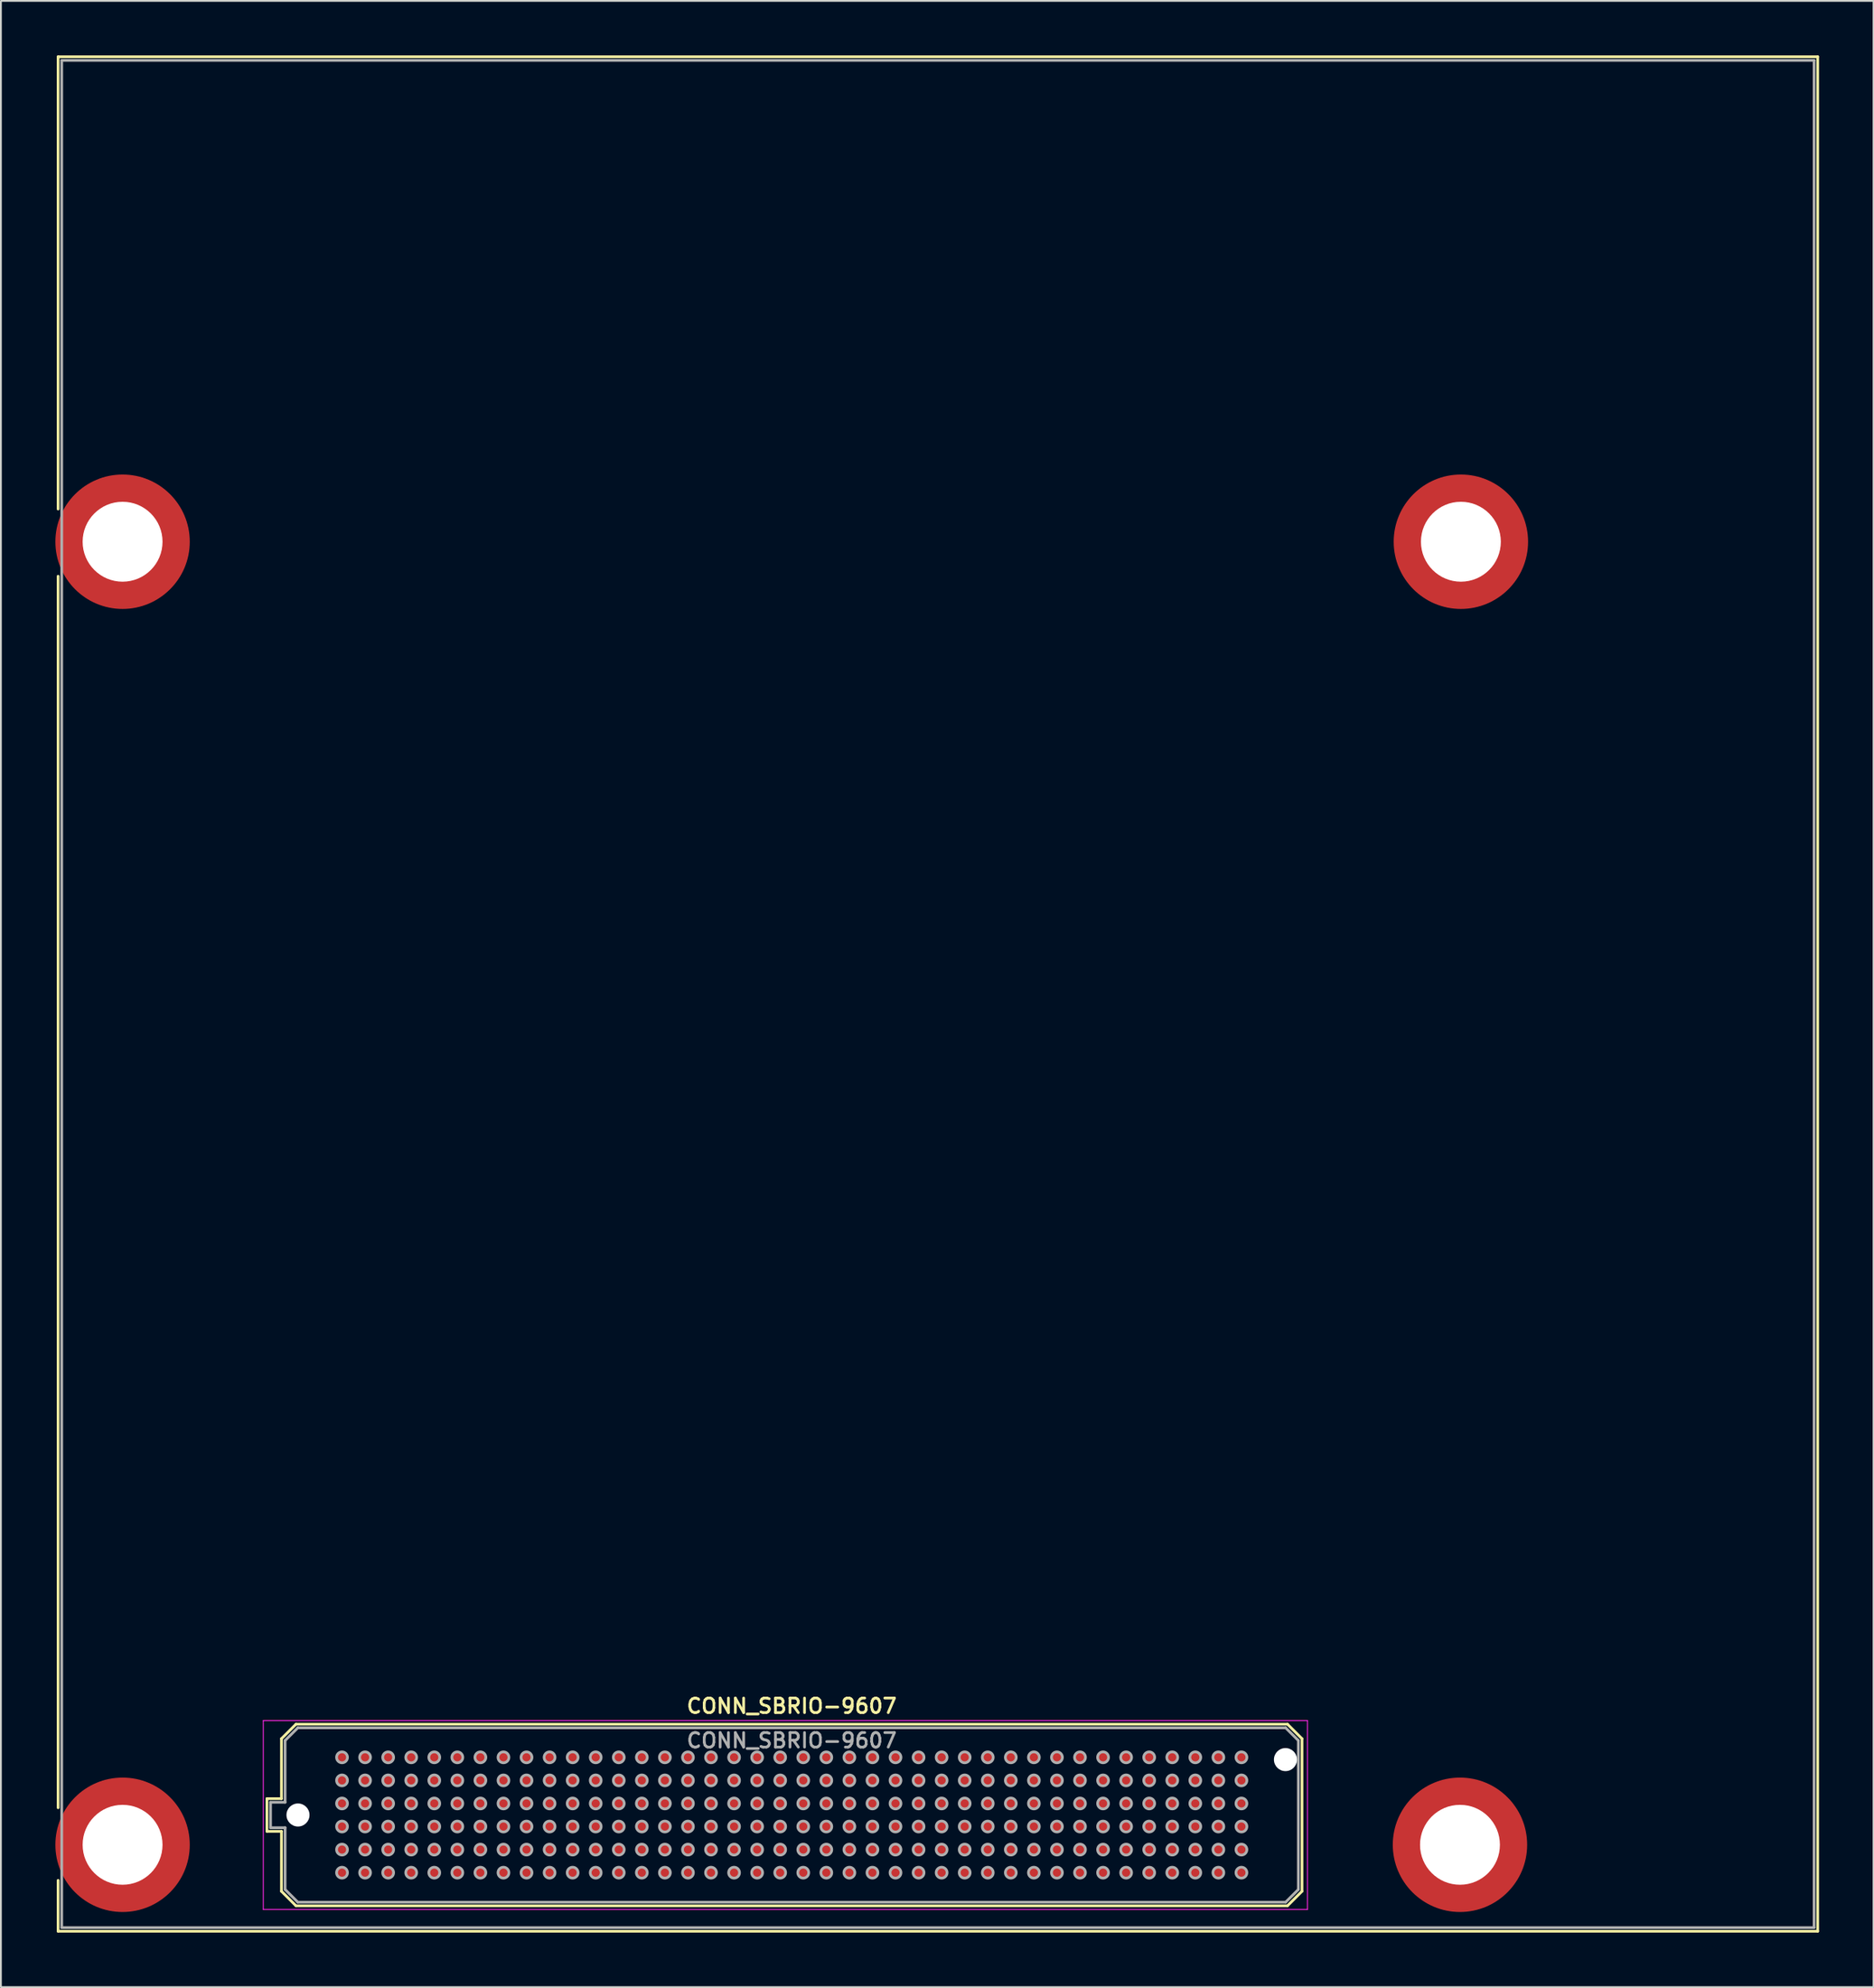
<source format=kicad_pcb>
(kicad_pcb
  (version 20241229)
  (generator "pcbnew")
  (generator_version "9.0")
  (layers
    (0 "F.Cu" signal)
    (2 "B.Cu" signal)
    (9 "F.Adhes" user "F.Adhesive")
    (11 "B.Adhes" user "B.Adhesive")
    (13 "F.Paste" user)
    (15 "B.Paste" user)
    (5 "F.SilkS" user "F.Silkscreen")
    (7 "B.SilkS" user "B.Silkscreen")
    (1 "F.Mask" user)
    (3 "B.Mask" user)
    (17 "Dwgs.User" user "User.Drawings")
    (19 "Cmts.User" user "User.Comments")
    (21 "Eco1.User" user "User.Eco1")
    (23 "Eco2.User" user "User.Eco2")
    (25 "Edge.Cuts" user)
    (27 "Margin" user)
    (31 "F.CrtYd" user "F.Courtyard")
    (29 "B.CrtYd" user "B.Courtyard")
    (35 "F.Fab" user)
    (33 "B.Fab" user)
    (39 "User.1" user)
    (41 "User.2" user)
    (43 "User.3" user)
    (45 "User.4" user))
  (footprint "CONN_SBRIO-9607"
    (layer "F.Cu")
    (at 40.55 96.875)
    (property "Reference" "CONN_SBRIO-9607" (at 0 -6 0) (layer "F.SilkS") (effects (font (size 0.8 0.8) (thickness 0.15))))
    (attr through_hole)
    (fp_line (start -40.4 -71.9) (end -40.4 -96.8) (stroke (width 0.15) (type solid)) (layer "F.SilkS"))
    (fp_line (start -40.4 -0.4) (end -40.4 -68.2) (stroke (width 0.15) (type solid)) (layer "F.SilkS"))
    (fp_line (start -40.4 6.4) (end -40.4 3.6) (stroke (width 0.15) (type solid)) (layer "F.SilkS"))
    (fp_line (start -40.4 6.4) (end 56.5 6.4) (stroke (width 0.15) (type solid)) (layer "F.SilkS"))
    (fp_line (start -28.9 -0.9) (end -28.9 0.9) (stroke (width 0.15) (type solid)) (layer "F.SilkS"))
    (fp_line (start -28.9 0.9) (end -28.1 0.9) (stroke (width 0.15) (type solid)) (layer "F.SilkS"))
    (fp_line (start -28.1 -4.2) (end -28.1 -0.9) (stroke (width 0.15) (type solid)) (layer "F.SilkS"))
    (fp_line (start -28.1 -4.2) (end -27.3 -5) (stroke (width 0.15) (type solid)) (layer "F.SilkS"))
    (fp_line (start -28.1 -0.9) (end -28.9 -0.9) (stroke (width 0.15) (type solid)) (layer "F.SilkS"))
    (fp_line (start -28.1 0.9) (end -28.1 4.2) (stroke (width 0.15) (type solid)) (layer "F.SilkS"))
    (fp_line (start -28.1 4.2) (end -27.3 5) (stroke (width 0.15) (type solid)) (layer "F.SilkS"))
    (fp_line (start -27.3 -5) (end 27.3 -5) (stroke (width 0.15) (type solid)) (layer "F.SilkS"))
    (fp_line (start -27.3 5) (end 27.3 5) (stroke (width 0.15) (type solid)) (layer "F.SilkS"))
    (fp_line (start 27.3 -5) (end 28.1 -4.2) (stroke (width 0.15) (type solid)) (layer "F.SilkS"))
    (fp_line (start 27.3 5) (end 28.1 4.2) (stroke (width 0.15) (type solid)) (layer "F.SilkS"))
    (fp_line (start 28.1 4.2) (end 28.1 -4.2) (stroke (width 0.15) (type solid)) (layer "F.SilkS"))
    (fp_line (start 56.5 -96.8) (end -40.4 -96.8) (stroke (width 0.15) (type solid)) (layer "F.SilkS"))
    (fp_line (start 56.5 6.4) (end 56.5 -96.8) (stroke (width 0.15) (type solid)) (layer "F.SilkS"))
    (fp_line (start -29.1 -5.2) (end -29.1 5.2) (stroke (width 0.05) (type solid)) (layer "F.CrtYd"))
    (fp_line (start -29.1 -5.2) (end 28.4 -5.2) (stroke (width 0.05) (type solid)) (layer "F.CrtYd"))
    (fp_line (start -29.1 5.2) (end 28.4 5.2) (stroke (width 0.05) (type solid)) (layer "F.CrtYd"))
    (fp_line (start 28.4 -5.2) (end 28.4 5.2) (stroke (width 0.05) (type solid)) (layer "F.CrtYd"))
    (fp_line (start -40.2 -96.6) (end 56.3 -96.6) (stroke (width 0.15) (type solid)) (layer "F.Fab"))
    (fp_line (start -40.2 6.2) (end -40.2 -96.6) (stroke (width 0.15) (type solid)) (layer "F.Fab"))
    (fp_line (start -28.7 -0.7) (end -27.9 -0.7) (stroke (width 0.15) (type solid)) (layer "F.Fab"))
    (fp_line (start -28.7 0.7) (end -28.7 -0.7) (stroke (width 0.15) (type solid)) (layer "F.Fab"))
    (fp_line (start -27.9 -4.1) (end -27.2 -4.8) (stroke (width 0.15) (type solid)) (layer "F.Fab"))
    (fp_line (start -27.9 -0.7) (end -27.9 -4.1) (stroke (width 0.15) (type solid)) (layer "F.Fab"))
    (fp_line (start -27.9 0.7) (end -28.7 0.7) (stroke (width 0.15) (type solid)) (layer "F.Fab"))
    (fp_line (start -27.9 4.1) (end -27.9 0.7) (stroke (width 0.15) (type solid)) (layer "F.Fab"))
    (fp_line (start -27.2 -4.8) (end 27.2 -4.8) (stroke (width 0.15) (type solid)) (layer "F.Fab"))
    (fp_line (start -27.2 4.8) (end -27.9 4.1) (stroke (width 0.15) (type solid)) (layer "F.Fab"))
    (fp_line (start 27.2 -4.8) (end 27.9 -4.1) (stroke (width 0.15) (type solid)) (layer "F.Fab"))
    (fp_line (start 27.2 4.8) (end -27.2 4.8) (stroke (width 0.15) (type solid)) (layer "F.Fab"))
    (fp_line (start 27.9 -4.1) (end 27.9 4.1) (stroke (width 0.15) (type solid)) (layer "F.Fab"))
    (fp_line (start 27.9 4.1) (end 27.2 4.8) (stroke (width 0.15) (type solid)) (layer "F.Fab"))
    (fp_line (start 56.3 -96.6) (end 56.3 6.2) (stroke (width 0.15) (type solid)) (layer "F.Fab"))
    (fp_line (start 56.3 6.2) (end -40.2 6.2) (stroke (width 0.15) (type solid)) (layer "F.Fab"))
    (fp_circle (center -24.765 -3.175) (end -24.465 -3.175) (stroke (width 0.15) (type solid)) (fill no) (layer "F.Fab"))
    (fp_circle (center -24.765 -1.905) (end -24.465 -1.905) (stroke (width 0.15) (type solid)) (fill no) (layer "F.Fab"))
    (fp_circle (center -24.765 -0.635) (end -24.465 -0.635) (stroke (width 0.15) (type solid)) (fill no) (layer "F.Fab"))
    (fp_circle (center -24.765 0.635) (end -24.465 0.635) (stroke (width 0.15) (type solid)) (fill no) (layer "F.Fab"))
    (fp_circle (center -24.765 1.905) (end -24.465 1.905) (stroke (width 0.15) (type solid)) (fill no) (layer "F.Fab"))
    (fp_circle (center -24.765 3.175) (end -24.465 3.175) (stroke (width 0.15) (type solid)) (fill no) (layer "F.Fab"))
    (fp_circle (center -23.495 -3.175) (end -23.195 -3.175) (stroke (width 0.15) (type solid)) (fill no) (layer "F.Fab"))
    (fp_circle (center -23.495 -1.905) (end -23.195 -1.905) (stroke (width 0.15) (type solid)) (fill no) (layer "F.Fab"))
    (fp_circle (center -23.495 -0.635) (end -23.195 -0.635) (stroke (width 0.15) (type solid)) (fill no) (layer "F.Fab"))
    (fp_circle (center -23.495 0.635) (end -23.195 0.635) (stroke (width 0.15) (type solid)) (fill no) (layer "F.Fab"))
    (fp_circle (center -23.495 1.905) (end -23.195 1.905) (stroke (width 0.15) (type solid)) (fill no) (layer "F.Fab"))
    (fp_circle (center -23.495 3.175) (end -23.195 3.175) (stroke (width 0.15) (type solid)) (fill no) (layer "F.Fab"))
    (fp_circle (center -22.225 -3.175) (end -21.925 -3.175) (stroke (width 0.15) (type solid)) (fill no) (layer "F.Fab"))
    (fp_circle (center -22.225 -1.905) (end -21.925 -1.905) (stroke (width 0.15) (type solid)) (fill no) (layer "F.Fab"))
    (fp_circle (center -22.225 -0.635) (end -21.925 -0.635) (stroke (width 0.15) (type solid)) (fill no) (layer "F.Fab"))
    (fp_circle (center -22.225 0.635) (end -21.925 0.635) (stroke (width 0.15) (type solid)) (fill no) (layer "F.Fab"))
    (fp_circle (center -22.225 1.905) (end -21.925 1.905) (stroke (width 0.15) (type solid)) (fill no) (layer "F.Fab"))
    (fp_circle (center -22.225 3.175) (end -21.925 3.175) (stroke (width 0.15) (type solid)) (fill no) (layer "F.Fab"))
    (fp_circle (center -20.955 -3.175) (end -20.655 -3.175) (stroke (width 0.15) (type solid)) (fill no) (layer "F.Fab"))
    (fp_circle (center -20.955 -1.905) (end -20.655 -1.905) (stroke (width 0.15) (type solid)) (fill no) (layer "F.Fab"))
    (fp_circle (center -20.955 -0.635) (end -20.655 -0.635) (stroke (width 0.15) (type solid)) (fill no) (layer "F.Fab"))
    (fp_circle (center -20.955 0.635) (end -20.655 0.635) (stroke (width 0.15) (type solid)) (fill no) (layer "F.Fab"))
    (fp_circle (center -20.955 1.905) (end -20.655 1.905) (stroke (width 0.15) (type solid)) (fill no) (layer "F.Fab"))
    (fp_circle (center -20.955 3.175) (end -20.655 3.175) (stroke (width 0.15) (type solid)) (fill no) (layer "F.Fab"))
    (fp_circle (center -19.685 -3.175) (end -19.385 -3.175) (stroke (width 0.15) (type solid)) (fill no) (layer "F.Fab"))
    (fp_circle (center -19.685 -1.905) (end -19.385 -1.905) (stroke (width 0.15) (type solid)) (fill no) (layer "F.Fab"))
    (fp_circle (center -19.685 -0.635) (end -19.385 -0.635) (stroke (width 0.15) (type solid)) (fill no) (layer "F.Fab"))
    (fp_circle (center -19.685 0.635) (end -19.385 0.635) (stroke (width 0.15) (type solid)) (fill no) (layer "F.Fab"))
    (fp_circle (center -19.685 1.905) (end -19.385 1.905) (stroke (width 0.15) (type solid)) (fill no) (layer "F.Fab"))
    (fp_circle (center -19.685 3.175) (end -19.385 3.175) (stroke (width 0.15) (type solid)) (fill no) (layer "F.Fab"))
    (fp_circle (center -18.415 -3.175) (end -18.115 -3.175) (stroke (width 0.15) (type solid)) (fill no) (layer "F.Fab"))
    (fp_circle (center -18.415 -1.905) (end -18.115 -1.905) (stroke (width 0.15) (type solid)) (fill no) (layer "F.Fab"))
    (fp_circle (center -18.415 -0.635) (end -18.115 -0.635) (stroke (width 0.15) (type solid)) (fill no) (layer "F.Fab"))
    (fp_circle (center -18.415 0.635) (end -18.115 0.635) (stroke (width 0.15) (type solid)) (fill no) (layer "F.Fab"))
    (fp_circle (center -18.415 1.905) (end -18.115 1.905) (stroke (width 0.15) (type solid)) (fill no) (layer "F.Fab"))
    (fp_circle (center -18.415 3.175) (end -18.115 3.175) (stroke (width 0.15) (type solid)) (fill no) (layer "F.Fab"))
    (fp_circle (center -17.145 -3.175) (end -16.845 -3.175) (stroke (width 0.15) (type solid)) (fill no) (layer "F.Fab"))
    (fp_circle (center -17.145 -1.905) (end -16.845 -1.905) (stroke (width 0.15) (type solid)) (fill no) (layer "F.Fab"))
    (fp_circle (center -17.145 -0.635) (end -16.845 -0.635) (stroke (width 0.15) (type solid)) (fill no) (layer "F.Fab"))
    (fp_circle (center -17.145 0.635) (end -16.845 0.635) (stroke (width 0.15) (type solid)) (fill no) (layer "F.Fab"))
    (fp_circle (center -17.145 1.905) (end -16.845 1.905) (stroke (width 0.15) (type solid)) (fill no) (layer "F.Fab"))
    (fp_circle (center -17.145 3.175) (end -16.845 3.175) (stroke (width 0.15) (type solid)) (fill no) (layer "F.Fab"))
    (fp_circle (center -15.875 -3.175) (end -15.575 -3.175) (stroke (width 0.15) (type solid)) (fill no) (layer "F.Fab"))
    (fp_circle (center -15.875 -1.905) (end -15.575 -1.905) (stroke (width 0.15) (type solid)) (fill no) (layer "F.Fab"))
    (fp_circle (center -15.875 -0.635) (end -15.575 -0.635) (stroke (width 0.15) (type solid)) (fill no) (layer "F.Fab"))
    (fp_circle (center -15.875 0.635) (end -15.575 0.635) (stroke (width 0.15) (type solid)) (fill no) (layer "F.Fab"))
    (fp_circle (center -15.875 1.905) (end -15.575 1.905) (stroke (width 0.15) (type solid)) (fill no) (layer "F.Fab"))
    (fp_circle (center -15.875 3.175) (end -15.575 3.175) (stroke (width 0.15) (type solid)) (fill no) (layer "F.Fab"))
    (fp_circle (center -14.605 -3.175) (end -14.305 -3.175) (stroke (width 0.15) (type solid)) (fill no) (layer "F.Fab"))
    (fp_circle (center -14.605 -1.905) (end -14.305 -1.905) (stroke (width 0.15) (type solid)) (fill no) (layer "F.Fab"))
    (fp_circle (center -14.605 -0.635) (end -14.305 -0.635) (stroke (width 0.15) (type solid)) (fill no) (layer "F.Fab"))
    (fp_circle (center -14.605 0.635) (end -14.305 0.635) (stroke (width 0.15) (type solid)) (fill no) (layer "F.Fab"))
    (fp_circle (center -14.605 1.905) (end -14.305 1.905) (stroke (width 0.15) (type solid)) (fill no) (layer "F.Fab"))
    (fp_circle (center -14.605 3.175) (end -14.305 3.175) (stroke (width 0.15) (type solid)) (fill no) (layer "F.Fab"))
    (fp_circle (center -13.335 -3.175) (end -13.035 -3.175) (stroke (width 0.15) (type solid)) (fill no) (layer "F.Fab"))
    (fp_circle (center -13.335 -1.905) (end -13.035 -1.905) (stroke (width 0.15) (type solid)) (fill no) (layer "F.Fab"))
    (fp_circle (center -13.335 -0.635) (end -13.035 -0.635) (stroke (width 0.15) (type solid)) (fill no) (layer "F.Fab"))
    (fp_circle (center -13.335 0.635) (end -13.035 0.635) (stroke (width 0.15) (type solid)) (fill no) (layer "F.Fab"))
    (fp_circle (center -13.335 1.905) (end -13.035 1.905) (stroke (width 0.15) (type solid)) (fill no) (layer "F.Fab"))
    (fp_circle (center -13.335 3.175) (end -13.035 3.175) (stroke (width 0.15) (type solid)) (fill no) (layer "F.Fab"))
    (fp_circle (center -12.065 -3.175) (end -11.765 -3.175) (stroke (width 0.15) (type solid)) (fill no) (layer "F.Fab"))
    (fp_circle (center -12.065 -1.905) (end -11.765 -1.905) (stroke (width 0.15) (type solid)) (fill no) (layer "F.Fab"))
    (fp_circle (center -12.065 -0.635) (end -11.765 -0.635) (stroke (width 0.15) (type solid)) (fill no) (layer "F.Fab"))
    (fp_circle (center -12.065 0.635) (end -11.765 0.635) (stroke (width 0.15) (type solid)) (fill no) (layer "F.Fab"))
    (fp_circle (center -12.065 1.905) (end -11.765 1.905) (stroke (width 0.15) (type solid)) (fill no) (layer "F.Fab"))
    (fp_circle (center -12.065 3.175) (end -11.765 3.175) (stroke (width 0.15) (type solid)) (fill no) (layer "F.Fab"))
    (fp_circle (center -10.795 -3.175) (end -10.495 -3.175) (stroke (width 0.15) (type solid)) (fill no) (layer "F.Fab"))
    (fp_circle (center -10.795 -1.905) (end -10.495 -1.905) (stroke (width 0.15) (type solid)) (fill no) (layer "F.Fab"))
    (fp_circle (center -10.795 -0.635) (end -10.495 -0.635) (stroke (width 0.15) (type solid)) (fill no) (layer "F.Fab"))
    (fp_circle (center -10.795 0.635) (end -10.495 0.635) (stroke (width 0.15) (type solid)) (fill no) (layer "F.Fab"))
    (fp_circle (center -10.795 1.905) (end -10.495 1.905) (stroke (width 0.15) (type solid)) (fill no) (layer "F.Fab"))
    (fp_circle (center -10.795 3.175) (end -10.495 3.175) (stroke (width 0.15) (type solid)) (fill no) (layer "F.Fab"))
    (fp_circle (center -9.525 -3.175) (end -9.225 -3.175) (stroke (width 0.15) (type solid)) (fill no) (layer "F.Fab"))
    (fp_circle (center -9.525 -1.905) (end -9.225 -1.905) (stroke (width 0.15) (type solid)) (fill no) (layer "F.Fab"))
    (fp_circle (center -9.525 -0.635) (end -9.225 -0.635) (stroke (width 0.15) (type solid)) (fill no) (layer "F.Fab"))
    (fp_circle (center -9.525 0.635) (end -9.225 0.635) (stroke (width 0.15) (type solid)) (fill no) (layer "F.Fab"))
    (fp_circle (center -9.525 1.905) (end -9.225 1.905) (stroke (width 0.15) (type solid)) (fill no) (layer "F.Fab"))
    (fp_circle (center -9.525 3.175) (end -9.225 3.175) (stroke (width 0.15) (type solid)) (fill no) (layer "F.Fab"))
    (fp_circle (center -8.255 -3.175) (end -7.955 -3.175) (stroke (width 0.15) (type solid)) (fill no) (layer "F.Fab"))
    (fp_circle (center -8.255 -1.905) (end -7.955 -1.905) (stroke (width 0.15) (type solid)) (fill no) (layer "F.Fab"))
    (fp_circle (center -8.255 -0.635) (end -7.955 -0.635) (stroke (width 0.15) (type solid)) (fill no) (layer "F.Fab"))
    (fp_circle (center -8.255 0.635) (end -7.955 0.635) (stroke (width 0.15) (type solid)) (fill no) (layer "F.Fab"))
    (fp_circle (center -8.255 1.905) (end -7.955 1.905) (stroke (width 0.15) (type solid)) (fill no) (layer "F.Fab"))
    (fp_circle (center -8.255 3.175) (end -7.955 3.175) (stroke (width 0.15) (type solid)) (fill no) (layer "F.Fab"))
    (fp_circle (center -6.985 -3.175) (end -6.685 -3.175) (stroke (width 0.15) (type solid)) (fill no) (layer "F.Fab"))
    (fp_circle (center -6.985 -1.905) (end -6.685 -1.905) (stroke (width 0.15) (type solid)) (fill no) (layer "F.Fab"))
    (fp_circle (center -6.985 -0.635) (end -6.685 -0.635) (stroke (width 0.15) (type solid)) (fill no) (layer "F.Fab"))
    (fp_circle (center -6.985 0.635) (end -6.685 0.635) (stroke (width 0.15) (type solid)) (fill no) (layer "F.Fab"))
    (fp_circle (center -6.985 1.905) (end -6.685 1.905) (stroke (width 0.15) (type solid)) (fill no) (layer "F.Fab"))
    (fp_circle (center -6.985 3.175) (end -6.685 3.175) (stroke (width 0.15) (type solid)) (fill no) (layer "F.Fab"))
    (fp_circle (center -5.715 -3.175) (end -5.415 -3.175) (stroke (width 0.15) (type solid)) (fill no) (layer "F.Fab"))
    (fp_circle (center -5.715 -1.905) (end -5.415 -1.905) (stroke (width 0.15) (type solid)) (fill no) (layer "F.Fab"))
    (fp_circle (center -5.715 -0.635) (end -5.415 -0.635) (stroke (width 0.15) (type solid)) (fill no) (layer "F.Fab"))
    (fp_circle (center -5.715 0.635) (end -5.415 0.635) (stroke (width 0.15) (type solid)) (fill no) (layer "F.Fab"))
    (fp_circle (center -5.715 1.905) (end -5.415 1.905) (stroke (width 0.15) (type solid)) (fill no) (layer "F.Fab"))
    (fp_circle (center -5.715 3.175) (end -5.415 3.175) (stroke (width 0.15) (type solid)) (fill no) (layer "F.Fab"))
    (fp_circle (center -4.445 -3.175) (end -4.145 -3.175) (stroke (width 0.15) (type solid)) (fill no) (layer "F.Fab"))
    (fp_circle (center -4.445 -1.905) (end -4.145 -1.905) (stroke (width 0.15) (type solid)) (fill no) (layer "F.Fab"))
    (fp_circle (center -4.445 -0.635) (end -4.145 -0.635) (stroke (width 0.15) (type solid)) (fill no) (layer "F.Fab"))
    (fp_circle (center -4.445 0.635) (end -4.145 0.635) (stroke (width 0.15) (type solid)) (fill no) (layer "F.Fab"))
    (fp_circle (center -4.445 1.905) (end -4.145 1.905) (stroke (width 0.15) (type solid)) (fill no) (layer "F.Fab"))
    (fp_circle (center -4.445 3.175) (end -4.145 3.175) (stroke (width 0.15) (type solid)) (fill no) (layer "F.Fab"))
    (fp_circle (center -3.175 -3.175) (end -2.875 -3.175) (stroke (width 0.15) (type solid)) (fill no) (layer "F.Fab"))
    (fp_circle (center -3.175 -1.905) (end -2.875 -1.905) (stroke (width 0.15) (type solid)) (fill no) (layer "F.Fab"))
    (fp_circle (center -3.175 -0.635) (end -2.875 -0.635) (stroke (width 0.15) (type solid)) (fill no) (layer "F.Fab"))
    (fp_circle (center -3.175 0.635) (end -2.875 0.635) (stroke (width 0.15) (type solid)) (fill no) (layer "F.Fab"))
    (fp_circle (center -3.175 1.905) (end -2.875 1.905) (stroke (width 0.15) (type solid)) (fill no) (layer "F.Fab"))
    (fp_circle (center -3.175 3.175) (end -2.875 3.175) (stroke (width 0.15) (type solid)) (fill no) (layer "F.Fab"))
    (fp_circle (center -1.905 -3.175) (end -1.605 -3.175) (stroke (width 0.15) (type solid)) (fill no) (layer "F.Fab"))
    (fp_circle (center -1.905 -1.905) (end -1.605 -1.905) (stroke (width 0.15) (type solid)) (fill no) (layer "F.Fab"))
    (fp_circle (center -1.905 -0.635) (end -1.605 -0.635) (stroke (width 0.15) (type solid)) (fill no) (layer "F.Fab"))
    (fp_circle (center -1.905 0.635) (end -1.605 0.635) (stroke (width 0.15) (type solid)) (fill no) (layer "F.Fab"))
    (fp_circle (center -1.905 1.905) (end -1.605 1.905) (stroke (width 0.15) (type solid)) (fill no) (layer "F.Fab"))
    (fp_circle (center -1.905 3.175) (end -1.605 3.175) (stroke (width 0.15) (type solid)) (fill no) (layer "F.Fab"))
    (fp_circle (center -0.635 -3.175) (end -0.335 -3.175) (stroke (width 0.15) (type solid)) (fill no) (layer "F.Fab"))
    (fp_circle (center -0.635 -1.905) (end -0.335 -1.905) (stroke (width 0.15) (type solid)) (fill no) (layer "F.Fab"))
    (fp_circle (center -0.635 -0.635) (end -0.335 -0.635) (stroke (width 0.15) (type solid)) (fill no) (layer "F.Fab"))
    (fp_circle (center -0.635 0.635) (end -0.335 0.635) (stroke (width 0.15) (type solid)) (fill no) (layer "F.Fab"))
    (fp_circle (center -0.635 1.905) (end -0.335 1.905) (stroke (width 0.15) (type solid)) (fill no) (layer "F.Fab"))
    (fp_circle (center -0.635 3.175) (end -0.335 3.175) (stroke (width 0.15) (type solid)) (fill no) (layer "F.Fab"))
    (fp_circle (center 0.635 -3.175) (end 0.935 -3.175) (stroke (width 0.15) (type solid)) (fill no) (layer "F.Fab"))
    (fp_circle (center 0.635 -1.905) (end 0.935 -1.905) (stroke (width 0.15) (type solid)) (fill no) (layer "F.Fab"))
    (fp_circle (center 0.635 -0.635) (end 0.935 -0.635) (stroke (width 0.15) (type solid)) (fill no) (layer "F.Fab"))
    (fp_circle (center 0.635 0.635) (end 0.935 0.635) (stroke (width 0.15) (type solid)) (fill no) (layer "F.Fab"))
    (fp_circle (center 0.635 1.905) (end 0.935 1.905) (stroke (width 0.15) (type solid)) (fill no) (layer "F.Fab"))
    (fp_circle (center 0.635 3.175) (end 0.935 3.175) (stroke (width 0.15) (type solid)) (fill no) (layer "F.Fab"))
    (fp_circle (center 1.905 -3.175) (end 2.205 -3.175) (stroke (width 0.15) (type solid)) (fill no) (layer "F.Fab"))
    (fp_circle (center 1.905 -1.905) (end 2.205 -1.905) (stroke (width 0.15) (type solid)) (fill no) (layer "F.Fab"))
    (fp_circle (center 1.905 -0.635) (end 2.205 -0.635) (stroke (width 0.15) (type solid)) (fill no) (layer "F.Fab"))
    (fp_circle (center 1.905 0.635) (end 2.205 0.635) (stroke (width 0.15) (type solid)) (fill no) (layer "F.Fab"))
    (fp_circle (center 1.905 1.905) (end 2.205 1.905) (stroke (width 0.15) (type solid)) (fill no) (layer "F.Fab"))
    (fp_circle (center 1.905 3.175) (end 2.205 3.175) (stroke (width 0.15) (type solid)) (fill no) (layer "F.Fab"))
    (fp_circle (center 3.175 -3.175) (end 3.475 -3.175) (stroke (width 0.15) (type solid)) (fill no) (layer "F.Fab"))
    (fp_circle (center 3.175 -1.905) (end 3.475 -1.905) (stroke (width 0.15) (type solid)) (fill no) (layer "F.Fab"))
    (fp_circle (center 3.175 -0.635) (end 3.475 -0.635) (stroke (width 0.15) (type solid)) (fill no) (layer "F.Fab"))
    (fp_circle (center 3.175 0.635) (end 3.475 0.635) (stroke (width 0.15) (type solid)) (fill no) (layer "F.Fab"))
    (fp_circle (center 3.175 1.905) (end 3.475 1.905) (stroke (width 0.15) (type solid)) (fill no) (layer "F.Fab"))
    (fp_circle (center 3.175 3.175) (end 3.475 3.175) (stroke (width 0.15) (type solid)) (fill no) (layer "F.Fab"))
    (fp_circle (center 4.445 -3.175) (end 4.745 -3.175) (stroke (width 0.15) (type solid)) (fill no) (layer "F.Fab"))
    (fp_circle (center 4.445 -1.905) (end 4.745 -1.905) (stroke (width 0.15) (type solid)) (fill no) (layer "F.Fab"))
    (fp_circle (center 4.445 -0.635) (end 4.745 -0.635) (stroke (width 0.15) (type solid)) (fill no) (layer "F.Fab"))
    (fp_circle (center 4.445 0.635) (end 4.745 0.635) (stroke (width 0.15) (type solid)) (fill no) (layer "F.Fab"))
    (fp_circle (center 4.445 1.905) (end 4.745 1.905) (stroke (width 0.15) (type solid)) (fill no) (layer "F.Fab"))
    (fp_circle (center 4.445 3.175) (end 4.745 3.175) (stroke (width 0.15) (type solid)) (fill no) (layer "F.Fab"))
    (fp_circle (center 5.715 -3.175) (end 6.015 -3.175) (stroke (width 0.15) (type solid)) (fill no) (layer "F.Fab"))
    (fp_circle (center 5.715 -1.905) (end 6.015 -1.905) (stroke (width 0.15) (type solid)) (fill no) (layer "F.Fab"))
    (fp_circle (center 5.715 -0.635) (end 6.015 -0.635) (stroke (width 0.15) (type solid)) (fill no) (layer "F.Fab"))
    (fp_circle (center 5.715 0.635) (end 6.015 0.635) (stroke (width 0.15) (type solid)) (fill no) (layer "F.Fab"))
    (fp_circle (center 5.715 1.905) (end 6.015 1.905) (stroke (width 0.15) (type solid)) (fill no) (layer "F.Fab"))
    (fp_circle (center 5.715 3.175) (end 6.015 3.175) (stroke (width 0.15) (type solid)) (fill no) (layer "F.Fab"))
    (fp_circle (center 6.985 -3.175) (end 7.285 -3.175) (stroke (width 0.15) (type solid)) (fill no) (layer "F.Fab"))
    (fp_circle (center 6.985 -1.905) (end 7.285 -1.905) (stroke (width 0.15) (type solid)) (fill no) (layer "F.Fab"))
    (fp_circle (center 6.985 -0.635) (end 7.285 -0.635) (stroke (width 0.15) (type solid)) (fill no) (layer "F.Fab"))
    (fp_circle (center 6.985 0.635) (end 7.285 0.635) (stroke (width 0.15) (type solid)) (fill no) (layer "F.Fab"))
    (fp_circle (center 6.985 1.905) (end 7.285 1.905) (stroke (width 0.15) (type solid)) (fill no) (layer "F.Fab"))
    (fp_circle (center 6.985 3.175) (end 7.285 3.175) (stroke (width 0.15) (type solid)) (fill no) (layer "F.Fab"))
    (fp_circle (center 8.255 -3.175) (end 8.555 -3.175) (stroke (width 0.15) (type solid)) (fill no) (layer "F.Fab"))
    (fp_circle (center 8.255 -1.905) (end 8.555 -1.905) (stroke (width 0.15) (type solid)) (fill no) (layer "F.Fab"))
    (fp_circle (center 8.255 -0.635) (end 8.555 -0.635) (stroke (width 0.15) (type solid)) (fill no) (layer "F.Fab"))
    (fp_circle (center 8.255 0.635) (end 8.555 0.635) (stroke (width 0.15) (type solid)) (fill no) (layer "F.Fab"))
    (fp_circle (center 8.255 1.905) (end 8.555 1.905) (stroke (width 0.15) (type solid)) (fill no) (layer "F.Fab"))
    (fp_circle (center 8.255 3.175) (end 8.555 3.175) (stroke (width 0.15) (type solid)) (fill no) (layer "F.Fab"))
    (fp_circle (center 9.525 -3.175) (end 9.825 -3.175) (stroke (width 0.15) (type solid)) (fill no) (layer "F.Fab"))
    (fp_circle (center 9.525 -1.905) (end 9.825 -1.905) (stroke (width 0.15) (type solid)) (fill no) (layer "F.Fab"))
    (fp_circle (center 9.525 -0.635) (end 9.825 -0.635) (stroke (width 0.15) (type solid)) (fill no) (layer "F.Fab"))
    (fp_circle (center 9.525 0.635) (end 9.825 0.635) (stroke (width 0.15) (type solid)) (fill no) (layer "F.Fab"))
    (fp_circle (center 9.525 1.905) (end 9.825 1.905) (stroke (width 0.15) (type solid)) (fill no) (layer "F.Fab"))
    (fp_circle (center 9.525 3.175) (end 9.825 3.175) (stroke (width 0.15) (type solid)) (fill no) (layer "F.Fab"))
    (fp_circle (center 10.795 -3.175) (end 11.095 -3.175) (stroke (width 0.15) (type solid)) (fill no) (layer "F.Fab"))
    (fp_circle (center 10.795 -1.905) (end 11.095 -1.905) (stroke (width 0.15) (type solid)) (fill no) (layer "F.Fab"))
    (fp_circle (center 10.795 -0.635) (end 11.095 -0.635) (stroke (width 0.15) (type solid)) (fill no) (layer "F.Fab"))
    (fp_circle (center 10.795 0.635) (end 11.095 0.635) (stroke (width 0.15) (type solid)) (fill no) (layer "F.Fab"))
    (fp_circle (center 10.795 1.905) (end 11.095 1.905) (stroke (width 0.15) (type solid)) (fill no) (layer "F.Fab"))
    (fp_circle (center 10.795 3.175) (end 11.095 3.175) (stroke (width 0.15) (type solid)) (fill no) (layer "F.Fab"))
    (fp_circle (center 12.065 -3.175) (end 12.365 -3.175) (stroke (width 0.15) (type solid)) (fill no) (layer "F.Fab"))
    (fp_circle (center 12.065 -1.905) (end 12.365 -1.905) (stroke (width 0.15) (type solid)) (fill no) (layer "F.Fab"))
    (fp_circle (center 12.065 -0.635) (end 12.365 -0.635) (stroke (width 0.15) (type solid)) (fill no) (layer "F.Fab"))
    (fp_circle (center 12.065 0.635) (end 12.365 0.635) (stroke (width 0.15) (type solid)) (fill no) (layer "F.Fab"))
    (fp_circle (center 12.065 1.905) (end 12.365 1.905) (stroke (width 0.15) (type solid)) (fill no) (layer "F.Fab"))
    (fp_circle (center 12.065 3.175) (end 12.365 3.175) (stroke (width 0.15) (type solid)) (fill no) (layer "F.Fab"))
    (fp_circle (center 13.335 -3.175) (end 13.635 -3.175) (stroke (width 0.15) (type solid)) (fill no) (layer "F.Fab"))
    (fp_circle (center 13.335 -1.905) (end 13.635 -1.905) (stroke (width 0.15) (type solid)) (fill no) (layer "F.Fab"))
    (fp_circle (center 13.335 -0.635) (end 13.635 -0.635) (stroke (width 0.15) (type solid)) (fill no) (layer "F.Fab"))
    (fp_circle (center 13.335 0.635) (end 13.635 0.635) (stroke (width 0.15) (type solid)) (fill no) (layer "F.Fab"))
    (fp_circle (center 13.335 1.905) (end 13.635 1.905) (stroke (width 0.15) (type solid)) (fill no) (layer "F.Fab"))
    (fp_circle (center 13.335 3.175) (end 13.635 3.175) (stroke (width 0.15) (type solid)) (fill no) (layer "F.Fab"))
    (fp_circle (center 14.605 -3.175) (end 14.905 -3.175) (stroke (width 0.15) (type solid)) (fill no) (layer "F.Fab"))
    (fp_circle (center 14.605 -1.905) (end 14.905 -1.905) (stroke (width 0.15) (type solid)) (fill no) (layer "F.Fab"))
    (fp_circle (center 14.605 -0.635) (end 14.905 -0.635) (stroke (width 0.15) (type solid)) (fill no) (layer "F.Fab"))
    (fp_circle (center 14.605 0.635) (end 14.905 0.635) (stroke (width 0.15) (type solid)) (fill no) (layer "F.Fab"))
    (fp_circle (center 14.605 1.905) (end 14.905 1.905) (stroke (width 0.15) (type solid)) (fill no) (layer "F.Fab"))
    (fp_circle (center 14.605 3.175) (end 14.905 3.175) (stroke (width 0.15) (type solid)) (fill no) (layer "F.Fab"))
    (fp_circle (center 15.875 -3.175) (end 16.175 -3.175) (stroke (width 0.15) (type solid)) (fill no) (layer "F.Fab"))
    (fp_circle (center 15.875 -1.905) (end 16.175 -1.905) (stroke (width 0.15) (type solid)) (fill no) (layer "F.Fab"))
    (fp_circle (center 15.875 -0.635) (end 16.175 -0.635) (stroke (width 0.15) (type solid)) (fill no) (layer "F.Fab"))
    (fp_circle (center 15.875 0.635) (end 16.175 0.635) (stroke (width 0.15) (type solid)) (fill no) (layer "F.Fab"))
    (fp_circle (center 15.875 1.905) (end 16.175 1.905) (stroke (width 0.15) (type solid)) (fill no) (layer "F.Fab"))
    (fp_circle (center 15.875 3.175) (end 16.175 3.175) (stroke (width 0.15) (type solid)) (fill no) (layer "F.Fab"))
    (fp_circle (center 17.145 -3.175) (end 17.445 -3.175) (stroke (width 0.15) (type solid)) (fill no) (layer "F.Fab"))
    (fp_circle (center 17.145 -1.905) (end 17.445 -1.905) (stroke (width 0.15) (type solid)) (fill no) (layer "F.Fab"))
    (fp_circle (center 17.145 -0.635) (end 17.445 -0.635) (stroke (width 0.15) (type solid)) (fill no) (layer "F.Fab"))
    (fp_circle (center 17.145 0.635) (end 17.445 0.635) (stroke (width 0.15) (type solid)) (fill no) (layer "F.Fab"))
    (fp_circle (center 17.145 1.905) (end 17.445 1.905) (stroke (width 0.15) (type solid)) (fill no) (layer "F.Fab"))
    (fp_circle (center 17.145 3.175) (end 17.445 3.175) (stroke (width 0.15) (type solid)) (fill no) (layer "F.Fab"))
    (fp_circle (center 18.415 -3.175) (end 18.715 -3.175) (stroke (width 0.15) (type solid)) (fill no) (layer "F.Fab"))
    (fp_circle (center 18.415 -1.905) (end 18.715 -1.905) (stroke (width 0.15) (type solid)) (fill no) (layer "F.Fab"))
    (fp_circle (center 18.415 -0.635) (end 18.715 -0.635) (stroke (width 0.15) (type solid)) (fill no) (layer "F.Fab"))
    (fp_circle (center 18.415 0.635) (end 18.715 0.635) (stroke (width 0.15) (type solid)) (fill no) (layer "F.Fab"))
    (fp_circle (center 18.415 1.905) (end 18.715 1.905) (stroke (width 0.15) (type solid)) (fill no) (layer "F.Fab"))
    (fp_circle (center 18.415 3.175) (end 18.715 3.175) (stroke (width 0.15) (type solid)) (fill no) (layer "F.Fab"))
    (fp_circle (center 19.685 -3.175) (end 19.985 -3.175) (stroke (width 0.15) (type solid)) (fill no) (layer "F.Fab"))
    (fp_circle (center 19.685 -1.905) (end 19.985 -1.905) (stroke (width 0.15) (type solid)) (fill no) (layer "F.Fab"))
    (fp_circle (center 19.685 -0.635) (end 19.985 -0.635) (stroke (width 0.15) (type solid)) (fill no) (layer "F.Fab"))
    (fp_circle (center 19.685 0.635) (end 19.985 0.635) (stroke (width 0.15) (type solid)) (fill no) (layer "F.Fab"))
    (fp_circle (center 19.685 1.905) (end 19.985 1.905) (stroke (width 0.15) (type solid)) (fill no) (layer "F.Fab"))
    (fp_circle (center 19.685 3.175) (end 19.985 3.175) (stroke (width 0.15) (type solid)) (fill no) (layer "F.Fab"))
    (fp_circle (center 20.955 -3.175) (end 21.255 -3.175) (stroke (width 0.15) (type solid)) (fill no) (layer "F.Fab"))
    (fp_circle (center 20.955 -1.905) (end 21.255 -1.905) (stroke (width 0.15) (type solid)) (fill no) (layer "F.Fab"))
    (fp_circle (center 20.955 -0.635) (end 21.255 -0.635) (stroke (width 0.15) (type solid)) (fill no) (layer "F.Fab"))
    (fp_circle (center 20.955 0.635) (end 21.255 0.635) (stroke (width 0.15) (type solid)) (fill no) (layer "F.Fab"))
    (fp_circle (center 20.955 1.905) (end 21.255 1.905) (stroke (width 0.15) (type solid)) (fill no) (layer "F.Fab"))
    (fp_circle (center 20.955 3.175) (end 21.255 3.175) (stroke (width 0.15) (type solid)) (fill no) (layer "F.Fab"))
    (fp_circle (center 22.225 -3.175) (end 22.525 -3.175) (stroke (width 0.15) (type solid)) (fill no) (layer "F.Fab"))
    (fp_circle (center 22.225 -1.905) (end 22.525 -1.905) (stroke (width 0.15) (type solid)) (fill no) (layer "F.Fab"))
    (fp_circle (center 22.225 -0.635) (end 22.525 -0.635) (stroke (width 0.15) (type solid)) (fill no) (layer "F.Fab"))
    (fp_circle (center 22.225 0.635) (end 22.525 0.635) (stroke (width 0.15) (type solid)) (fill no) (layer "F.Fab"))
    (fp_circle (center 22.225 1.905) (end 22.525 1.905) (stroke (width 0.15) (type solid)) (fill no) (layer "F.Fab"))
    (fp_circle (center 22.225 3.175) (end 22.525 3.175) (stroke (width 0.15) (type solid)) (fill no) (layer "F.Fab"))
    (fp_circle (center 23.495 -3.175) (end 23.795 -3.175) (stroke (width 0.15) (type solid)) (fill no) (layer "F.Fab"))
    (fp_circle (center 23.495 -1.905) (end 23.795 -1.905) (stroke (width 0.15) (type solid)) (fill no) (layer "F.Fab"))
    (fp_circle (center 23.495 -0.635) (end 23.795 -0.635) (stroke (width 0.15) (type solid)) (fill no) (layer "F.Fab"))
    (fp_circle (center 23.495 0.635) (end 23.795 0.635) (stroke (width 0.15) (type solid)) (fill no) (layer "F.Fab"))
    (fp_circle (center 23.495 1.905) (end 23.795 1.905) (stroke (width 0.15) (type solid)) (fill no) (layer "F.Fab"))
    (fp_circle (center 23.495 3.175) (end 23.795 3.175) (stroke (width 0.15) (type solid)) (fill no) (layer "F.Fab"))
    (fp_circle (center 24.765 -3.175) (end 25.065 -3.175) (stroke (width 0.15) (type solid)) (fill no) (layer "F.Fab"))
    (fp_circle (center 24.765 -1.905) (end 25.065 -1.905) (stroke (width 0.15) (type solid)) (fill no) (layer "F.Fab"))
    (fp_circle (center 24.765 -0.635) (end 25.065 -0.635) (stroke (width 0.15) (type solid)) (fill no) (layer "F.Fab"))
    (fp_circle (center 24.765 0.635) (end 25.065 0.635) (stroke (width 0.15) (type solid)) (fill no) (layer "F.Fab"))
    (fp_circle (center 24.765 1.905) (end 25.065 1.905) (stroke (width 0.15) (type solid)) (fill no) (layer "F.Fab"))
    (fp_circle (center 24.765 3.175) (end 25.065 3.175) (stroke (width 0.15) (type solid)) (fill no) (layer "F.Fab"))
    (fp_text user "${REFERENCE}" (at 0 -4.1 0) (layer "F.Fab") (effects (font (size 0.8 0.8) (thickness 0.15))))
    (pad "" np_thru_hole circle (at -36.85 -70.1) (size 7.4 7.4) (drill 4.4) (layers "*.Mask" "F.Cu"))
    (pad "" np_thru_hole circle (at -36.85 1.64) (size 7.4 7.4) (drill 4.4) (layers "*.Mask" "F.Cu"))
    (pad "" np_thru_hole circle (at -27.19 0) (size 1.27 1.27) (drill 1.27) (layers "*.Cu" "*.Mask"))
    (pad "" np_thru_hole circle (at 27.19 -3.05) (size 1.27 1.27) (drill 1.27) (layers "*.Cu" "*.Mask"))
    (pad "" np_thru_hole circle (at 36.8 1.64) (size 7.4 7.4) (drill 4.4) (layers "*.Mask" "F.Cu"))
    (pad "" np_thru_hole circle (at 36.85 -70.1) (size 7.4 7.4) (drill 4.4) (layers "*.Mask" "F.Cu"))
    (pad "1" smd circle (at -24.765 3.175) (size 0.64 0.64) (layers "F.Cu" "F.Mask" "F.Paste"))
    (pad "2" smd circle (at -24.765 1.905) (size 0.64 0.64) (layers "F.Cu" "F.Mask" "F.Paste"))
    (pad "3" smd circle (at -24.765 0.635) (size 0.64 0.64) (layers "F.Cu" "F.Mask" "F.Paste"))
    (pad "4" smd circle (at -24.765 -0.635) (size 0.64 0.64) (layers "F.Cu" "F.Mask" "F.Paste"))
    (pad "5" smd circle (at -24.765 -1.905) (size 0.64 0.64) (layers "F.Cu" "F.Mask" "F.Paste"))
    (pad "6" smd circle (at -24.765 -3.175) (size 0.64 0.64) (layers "F.Cu" "F.Mask" "F.Paste"))
    (pad "7" smd circle (at -23.495 3.175) (size 0.64 0.64) (layers "F.Cu" "F.Mask" "F.Paste"))
    (pad "8" smd circle (at -23.495 1.905) (size 0.64 0.64) (layers "F.Cu" "F.Mask" "F.Paste"))
    (pad "9" smd circle (at -23.495 0.635) (size 0.64 0.64) (layers "F.Cu" "F.Mask" "F.Paste"))
    (pad "10" smd circle (at -23.495 -0.635) (size 0.64 0.64) (layers "F.Cu" "F.Mask" "F.Paste"))
    (pad "11" smd circle (at -23.495 -1.905) (size 0.64 0.64) (layers "F.Cu" "F.Mask" "F.Paste"))
    (pad "12" smd circle (at -23.495 -3.175) (size 0.64 0.64) (layers "F.Cu" "F.Mask" "F.Paste"))
    (pad "13" smd circle (at -22.225 3.175) (size 0.64 0.64) (layers "F.Cu" "F.Mask" "F.Paste"))
    (pad "14" smd circle (at -22.225 1.905) (size 0.64 0.64) (layers "F.Cu" "F.Mask" "F.Paste"))
    (pad "15" smd circle (at -22.225 0.635) (size 0.64 0.64) (layers "F.Cu" "F.Mask" "F.Paste"))
    (pad "16" smd circle (at -22.225 -0.635) (size 0.64 0.64) (layers "F.Cu" "F.Mask" "F.Paste"))
    (pad "17" smd circle (at -22.225 -1.905) (size 0.64 0.64) (layers "F.Cu" "F.Mask" "F.Paste"))
    (pad "18" smd circle (at -22.225 -3.175) (size 0.64 0.64) (layers "F.Cu" "F.Mask" "F.Paste"))
    (pad "19" smd circle (at -20.955 3.175) (size 0.64 0.64) (layers "F.Cu" "F.Mask" "F.Paste"))
    (pad "20" smd circle (at -20.955 1.905) (size 0.64 0.64) (layers "F.Cu" "F.Mask" "F.Paste"))
    (pad "21" smd circle (at -20.955 0.635) (size 0.64 0.64) (layers "F.Cu" "F.Mask" "F.Paste"))
    (pad "22" smd circle (at -20.955 -0.635) (size 0.64 0.64) (layers "F.Cu" "F.Mask" "F.Paste"))
    (pad "23" smd circle (at -20.955 -1.905) (size 0.64 0.64) (layers "F.Cu" "F.Mask" "F.Paste"))
    (pad "24" smd circle (at -20.955 -3.175) (size 0.64 0.64) (layers "F.Cu" "F.Mask" "F.Paste"))
    (pad "25" smd circle (at -19.685 3.175) (size 0.64 0.64) (layers "F.Cu" "F.Mask" "F.Paste"))
    (pad "26" smd circle (at -19.685 1.905) (size 0.64 0.64) (layers "F.Cu" "F.Mask" "F.Paste"))
    (pad "27" smd circle (at -19.685 0.635) (size 0.64 0.64) (layers "F.Cu" "F.Mask" "F.Paste"))
    (pad "28" smd circle (at -19.685 -0.635) (size 0.64 0.64) (layers "F.Cu" "F.Mask" "F.Paste"))
    (pad "29" smd circle (at -19.685 -1.905) (size 0.64 0.64) (layers "F.Cu" "F.Mask" "F.Paste"))
    (pad "30" smd circle (at -19.685 -3.175) (size 0.64 0.64) (layers "F.Cu" "F.Mask" "F.Paste"))
    (pad "31" smd circle (at -18.415 3.175) (size 0.64 0.64) (layers "F.Cu" "F.Mask" "F.Paste"))
    (pad "32" smd circle (at -18.415 1.905) (size 0.64 0.64) (layers "F.Cu" "F.Mask" "F.Paste"))
    (pad "33" smd circle (at -18.415 0.635) (size 0.64 0.64) (layers "F.Cu" "F.Mask" "F.Paste"))
    (pad "34" smd circle (at -18.415 -0.635) (size 0.64 0.64) (layers "F.Cu" "F.Mask" "F.Paste"))
    (pad "35" smd circle (at -18.415 -1.905) (size 0.64 0.64) (layers "F.Cu" "F.Mask" "F.Paste"))
    (pad "36" smd circle (at -18.415 -3.175) (size 0.64 0.64) (layers "F.Cu" "F.Mask" "F.Paste"))
    (pad "37" smd circle (at -17.145 3.175) (size 0.64 0.64) (layers "F.Cu" "F.Mask" "F.Paste"))
    (pad "38" smd circle (at -17.145 1.905) (size 0.64 0.64) (layers "F.Cu" "F.Mask" "F.Paste"))
    (pad "39" smd circle (at -17.145 0.635) (size 0.64 0.64) (layers "F.Cu" "F.Mask" "F.Paste"))
    (pad "40" smd circle (at -17.145 -0.635) (size 0.64 0.64) (layers "F.Cu" "F.Mask" "F.Paste"))
    (pad "41" smd circle (at -17.145 -1.905) (size 0.64 0.64) (layers "F.Cu" "F.Mask" "F.Paste"))
    (pad "42" smd circle (at -17.145 -3.175) (size 0.64 0.64) (layers "F.Cu" "F.Mask" "F.Paste"))
    (pad "43" smd circle (at -15.875 3.175) (size 0.64 0.64) (layers "F.Cu" "F.Mask" "F.Paste"))
    (pad "44" smd circle (at -15.875 1.905) (size 0.64 0.64) (layers "F.Cu" "F.Mask" "F.Paste"))
    (pad "45" smd circle (at -15.875 0.635) (size 0.64 0.64) (layers "F.Cu" "F.Mask" "F.Paste"))
    (pad "46" smd circle (at -15.875 -0.635) (size 0.64 0.64) (layers "F.Cu" "F.Mask" "F.Paste"))
    (pad "47" smd circle (at -15.875 -1.905) (size 0.64 0.64) (layers "F.Cu" "F.Mask" "F.Paste"))
    (pad "48" smd circle (at -15.875 -3.175) (size 0.64 0.64) (layers "F.Cu" "F.Mask" "F.Paste"))
    (pad "49" smd circle (at -14.605 3.175) (size 0.64 0.64) (layers "F.Cu" "F.Mask" "F.Paste"))
    (pad "50" smd circle (at -14.605 1.905) (size 0.64 0.64) (layers "F.Cu" "F.Mask" "F.Paste"))
    (pad "51" smd circle (at -14.605 0.635) (size 0.64 0.64) (layers "F.Cu" "F.Mask" "F.Paste"))
    (pad "52" smd circle (at -14.605 -0.635) (size 0.64 0.64) (layers "F.Cu" "F.Mask" "F.Paste"))
    (pad "53" smd circle (at -14.605 -1.905) (size 0.64 0.64) (layers "F.Cu" "F.Mask" "F.Paste"))
    (pad "54" smd circle (at -14.605 -3.175) (size 0.64 0.64) (layers "F.Cu" "F.Mask" "F.Paste"))
    (pad "55" smd circle (at -13.335 3.175) (size 0.64 0.64) (layers "F.Cu" "F.Mask" "F.Paste"))
    (pad "56" smd circle (at -13.335 1.905) (size 0.64 0.64) (layers "F.Cu" "F.Mask" "F.Paste"))
    (pad "57" smd circle (at -13.335 0.635) (size 0.64 0.64) (layers "F.Cu" "F.Mask" "F.Paste"))
    (pad "58" smd circle (at -13.335 -0.635) (size 0.64 0.64) (layers "F.Cu" "F.Mask" "F.Paste"))
    (pad "59" smd circle (at -13.335 -1.905) (size 0.64 0.64) (layers "F.Cu" "F.Mask" "F.Paste"))
    (pad "60" smd circle (at -13.335 -3.175) (size 0.64 0.64) (layers "F.Cu" "F.Mask" "F.Paste"))
    (pad "61" smd circle (at -12.065 3.175) (size 0.64 0.64) (layers "F.Cu" "F.Mask" "F.Paste"))
    (pad "62" smd circle (at -12.065 1.905) (size 0.64 0.64) (layers "F.Cu" "F.Mask" "F.Paste"))
    (pad "63" smd circle (at -12.065 0.635) (size 0.64 0.64) (layers "F.Cu" "F.Mask" "F.Paste"))
    (pad "64" smd circle (at -12.065 -0.635) (size 0.64 0.64) (layers "F.Cu" "F.Mask" "F.Paste"))
    (pad "65" smd circle (at -12.065 -1.905) (size 0.64 0.64) (layers "F.Cu" "F.Mask" "F.Paste"))
    (pad "66" smd circle (at -12.065 -3.175) (size 0.64 0.64) (layers "F.Cu" "F.Mask" "F.Paste"))
    (pad "67" smd circle (at -10.795 3.175) (size 0.64 0.64) (layers "F.Cu" "F.Mask" "F.Paste"))
    (pad "68" smd circle (at -10.795 1.905) (size 0.64 0.64) (layers "F.Cu" "F.Mask" "F.Paste"))
    (pad "69" smd circle (at -10.795 0.635) (size 0.64 0.64) (layers "F.Cu" "F.Mask" "F.Paste"))
    (pad "70" smd circle (at -10.795 -0.635) (size 0.64 0.64) (layers "F.Cu" "F.Mask" "F.Paste"))
    (pad "71" smd circle (at -10.795 -1.905) (size 0.64 0.64) (layers "F.Cu" "F.Mask" "F.Paste"))
    (pad "72" smd circle (at -10.795 -3.175) (size 0.64 0.64) (layers "F.Cu" "F.Mask" "F.Paste"))
    (pad "73" smd circle (at -9.525 3.175) (size 0.64 0.64) (layers "F.Cu" "F.Mask" "F.Paste"))
    (pad "74" smd circle (at -9.525 1.905) (size 0.64 0.64) (layers "F.Cu" "F.Mask" "F.Paste"))
    (pad "75" smd circle (at -9.525 0.635) (size 0.64 0.64) (layers "F.Cu" "F.Mask" "F.Paste"))
    (pad "76" smd circle (at -9.525 -0.635) (size 0.64 0.64) (layers "F.Cu" "F.Mask" "F.Paste"))
    (pad "77" smd circle (at -9.525 -1.905) (size 0.64 0.64) (layers "F.Cu" "F.Mask" "F.Paste"))
    (pad "78" smd circle (at -9.525 -3.175) (size 0.64 0.64) (layers "F.Cu" "F.Mask" "F.Paste"))
    (pad "79" smd circle (at -8.255 3.175) (size 0.64 0.64) (layers "F.Cu" "F.Mask" "F.Paste"))
    (pad "80" smd circle (at -8.255 1.905) (size 0.64 0.64) (layers "F.Cu" "F.Mask" "F.Paste"))
    (pad "81" smd circle (at -8.255 0.635) (size 0.64 0.64) (layers "F.Cu" "F.Mask" "F.Paste"))
    (pad "82" smd circle (at -8.255 -0.635) (size 0.64 0.64) (layers "F.Cu" "F.Mask" "F.Paste"))
    (pad "83" smd circle (at -8.255 -1.905) (size 0.64 0.64) (layers "F.Cu" "F.Mask" "F.Paste"))
    (pad "84" smd circle (at -8.255 -3.175) (size 0.64 0.64) (layers "F.Cu" "F.Mask" "F.Paste"))
    (pad "85" smd circle (at -6.985 3.175) (size 0.64 0.64) (layers "F.Cu" "F.Mask" "F.Paste"))
    (pad "86" smd circle (at -6.985 1.905) (size 0.64 0.64) (layers "F.Cu" "F.Mask" "F.Paste"))
    (pad "87" smd circle (at -6.985 0.635) (size 0.64 0.64) (layers "F.Cu" "F.Mask" "F.Paste"))
    (pad "88" smd circle (at -6.985 -0.635) (size 0.64 0.64) (layers "F.Cu" "F.Mask" "F.Paste"))
    (pad "89" smd circle (at -6.985 -1.905) (size 0.64 0.64) (layers "F.Cu" "F.Mask" "F.Paste"))
    (pad "90" smd circle (at -6.985 -3.175) (size 0.64 0.64) (layers "F.Cu" "F.Mask" "F.Paste"))
    (pad "91" smd circle (at -5.715 3.175) (size 0.64 0.64) (layers "F.Cu" "F.Mask" "F.Paste"))
    (pad "92" smd circle (at -5.715 1.905) (size 0.64 0.64) (layers "F.Cu" "F.Mask" "F.Paste"))
    (pad "93" smd circle (at -5.715 0.635) (size 0.64 0.64) (layers "F.Cu" "F.Mask" "F.Paste"))
    (pad "94" smd circle (at -5.715 -0.635) (size 0.64 0.64) (layers "F.Cu" "F.Mask" "F.Paste"))
    (pad "95" smd circle (at -5.715 -1.905) (size 0.64 0.64) (layers "F.Cu" "F.Mask" "F.Paste"))
    (pad "96" smd circle (at -5.715 -3.175) (size 0.64 0.64) (layers "F.Cu" "F.Mask" "F.Paste"))
    (pad "97" smd circle (at -4.445 3.175) (size 0.64 0.64) (layers "F.Cu" "F.Mask" "F.Paste"))
    (pad "98" smd circle (at -4.445 1.905) (size 0.64 0.64) (layers "F.Cu" "F.Mask" "F.Paste"))
    (pad "99" smd circle (at -4.445 0.635) (size 0.64 0.64) (layers "F.Cu" "F.Mask" "F.Paste"))
    (pad "100" smd circle (at -4.445 -0.635) (size 0.64 0.64) (layers "F.Cu" "F.Mask" "F.Paste"))
    (pad "101" smd circle (at -4.445 -1.905) (size 0.64 0.64) (layers "F.Cu" "F.Mask" "F.Paste"))
    (pad "102" smd circle (at -4.445 -3.175) (size 0.64 0.64) (layers "F.Cu" "F.Mask" "F.Paste"))
    (pad "103" smd circle (at -3.175 3.175) (size 0.64 0.64) (layers "F.Cu" "F.Mask" "F.Paste"))
    (pad "104" smd circle (at -3.175 1.905) (size 0.64 0.64) (layers "F.Cu" "F.Mask" "F.Paste"))
    (pad "105" smd circle (at -3.175 0.635) (size 0.64 0.64) (layers "F.Cu" "F.Mask" "F.Paste"))
    (pad "106" smd circle (at -3.175 -0.635) (size 0.64 0.64) (layers "F.Cu" "F.Mask" "F.Paste"))
    (pad "107" smd circle (at -3.175 -1.905) (size 0.64 0.64) (layers "F.Cu" "F.Mask" "F.Paste"))
    (pad "108" smd circle (at -3.175 -3.175) (size 0.64 0.64) (layers "F.Cu" "F.Mask" "F.Paste"))
    (pad "109" smd circle (at -1.905 3.175) (size 0.64 0.64) (layers "F.Cu" "F.Mask" "F.Paste"))
    (pad "110" smd circle (at -1.905 1.905) (size 0.64 0.64) (layers "F.Cu" "F.Mask" "F.Paste"))
    (pad "111" smd circle (at -1.905 0.635) (size 0.64 0.64) (layers "F.Cu" "F.Mask" "F.Paste"))
    (pad "112" smd circle (at -1.905 -0.635) (size 0.64 0.64) (layers "F.Cu" "F.Mask" "F.Paste"))
    (pad "113" smd circle (at -1.905 -1.905) (size 0.64 0.64) (layers "F.Cu" "F.Mask" "F.Paste"))
    (pad "114" smd circle (at -1.905 -3.175) (size 0.64 0.64) (layers "F.Cu" "F.Mask" "F.Paste"))
    (pad "115" smd circle (at -0.635 3.175) (size 0.64 0.64) (layers "F.Cu" "F.Mask" "F.Paste"))
    (pad "116" smd circle (at -0.635 1.905) (size 0.64 0.64) (layers "F.Cu" "F.Mask" "F.Paste"))
    (pad "117" smd circle (at -0.635 0.635) (size 0.64 0.64) (layers "F.Cu" "F.Mask" "F.Paste"))
    (pad "118" smd circle (at -0.635 -0.635) (size 0.64 0.64) (layers "F.Cu" "F.Mask" "F.Paste"))
    (pad "119" smd circle (at -0.635 -1.905) (size 0.64 0.64) (layers "F.Cu" "F.Mask" "F.Paste"))
    (pad "120" smd circle (at -0.635 -3.175) (size 0.64 0.64) (layers "F.Cu" "F.Mask" "F.Paste"))
    (pad "121" smd circle (at 0.635 3.175) (size 0.64 0.64) (layers "F.Cu" "F.Mask" "F.Paste"))
    (pad "122" smd circle (at 0.635 1.905) (size 0.64 0.64) (layers "F.Cu" "F.Mask" "F.Paste"))
    (pad "123" smd circle (at 0.635 0.635) (size 0.64 0.64) (layers "F.Cu" "F.Mask" "F.Paste"))
    (pad "124" smd circle (at 0.635 -0.635) (size 0.64 0.64) (layers "F.Cu" "F.Mask" "F.Paste"))
    (pad "125" smd circle (at 0.635 -1.905) (size 0.64 0.64) (layers "F.Cu" "F.Mask" "F.Paste"))
    (pad "126" smd circle (at 0.635 -3.175) (size 0.64 0.64) (layers "F.Cu" "F.Mask" "F.Paste"))
    (pad "127" smd circle (at 1.905 3.175) (size 0.64 0.64) (layers "F.Cu" "F.Mask" "F.Paste"))
    (pad "128" smd circle (at 1.905 1.905) (size 0.64 0.64) (layers "F.Cu" "F.Mask" "F.Paste"))
    (pad "129" smd circle (at 1.905 0.635) (size 0.64 0.64) (layers "F.Cu" "F.Mask" "F.Paste"))
    (pad "130" smd circle (at 1.905 -0.635) (size 0.64 0.64) (layers "F.Cu" "F.Mask" "F.Paste"))
    (pad "131" smd circle (at 1.905 -1.905) (size 0.64 0.64) (layers "F.Cu" "F.Mask" "F.Paste"))
    (pad "132" smd circle (at 1.905 -3.175) (size 0.64 0.64) (layers "F.Cu" "F.Mask" "F.Paste"))
    (pad "133" smd circle (at 3.175 3.175) (size 0.64 0.64) (layers "F.Cu" "F.Mask" "F.Paste"))
    (pad "134" smd circle (at 3.175 1.905) (size 0.64 0.64) (layers "F.Cu" "F.Mask" "F.Paste"))
    (pad "135" smd circle (at 3.175 0.635) (size 0.64 0.64) (layers "F.Cu" "F.Mask" "F.Paste"))
    (pad "136" smd circle (at 3.175 -0.635) (size 0.64 0.64) (layers "F.Cu" "F.Mask" "F.Paste"))
    (pad "137" smd circle (at 3.175 -1.905) (size 0.64 0.64) (layers "F.Cu" "F.Mask" "F.Paste"))
    (pad "138" smd circle (at 3.175 -3.175) (size 0.64 0.64) (layers "F.Cu" "F.Mask" "F.Paste"))
    (pad "139" smd circle (at 4.445 3.175) (size 0.64 0.64) (layers "F.Cu" "F.Mask" "F.Paste"))
    (pad "140" smd circle (at 4.445 1.905) (size 0.64 0.64) (layers "F.Cu" "F.Mask" "F.Paste"))
    (pad "141" smd circle (at 4.445 0.635) (size 0.64 0.64) (layers "F.Cu" "F.Mask" "F.Paste"))
    (pad "142" smd circle (at 4.445 -0.635) (size 0.64 0.64) (layers "F.Cu" "F.Mask" "F.Paste"))
    (pad "143" smd circle (at 4.445 -1.905) (size 0.64 0.64) (layers "F.Cu" "F.Mask" "F.Paste"))
    (pad "144" smd circle (at 4.445 -3.175) (size 0.64 0.64) (layers "F.Cu" "F.Mask" "F.Paste"))
    (pad "145" smd circle (at 5.715 3.175) (size 0.64 0.64) (layers "F.Cu" "F.Mask" "F.Paste"))
    (pad "146" smd circle (at 5.715 1.905) (size 0.64 0.64) (layers "F.Cu" "F.Mask" "F.Paste"))
    (pad "147" smd circle (at 5.715 0.635) (size 0.64 0.64) (layers "F.Cu" "F.Mask" "F.Paste"))
    (pad "148" smd circle (at 5.715 -0.635) (size 0.64 0.64) (layers "F.Cu" "F.Mask" "F.Paste"))
    (pad "149" smd circle (at 5.715 -1.905) (size 0.64 0.64) (layers "F.Cu" "F.Mask" "F.Paste"))
    (pad "150" smd circle (at 5.715 -3.175) (size 0.64 0.64) (layers "F.Cu" "F.Mask" "F.Paste"))
    (pad "151" smd circle (at 6.985 3.175) (size 0.64 0.64) (layers "F.Cu" "F.Mask" "F.Paste"))
    (pad "152" smd circle (at 6.985 1.905) (size 0.64 0.64) (layers "F.Cu" "F.Mask" "F.Paste"))
    (pad "153" smd circle (at 6.985 0.635) (size 0.64 0.64) (layers "F.Cu" "F.Mask" "F.Paste"))
    (pad "154" smd circle (at 6.985 -0.635) (size 0.64 0.64) (layers "F.Cu" "F.Mask" "F.Paste"))
    (pad "155" smd circle (at 6.985 -1.905) (size 0.64 0.64) (layers "F.Cu" "F.Mask" "F.Paste"))
    (pad "156" smd circle (at 6.985 -3.175) (size 0.64 0.64) (layers "F.Cu" "F.Mask" "F.Paste"))
    (pad "157" smd circle (at 8.255 3.175) (size 0.64 0.64) (layers "F.Cu" "F.Mask" "F.Paste"))
    (pad "158" smd circle (at 8.255 1.905) (size 0.64 0.64) (layers "F.Cu" "F.Mask" "F.Paste"))
    (pad "159" smd circle (at 8.255 0.635) (size 0.64 0.64) (layers "F.Cu" "F.Mask" "F.Paste"))
    (pad "160" smd circle (at 8.255 -0.635) (size 0.64 0.64) (layers "F.Cu" "F.Mask" "F.Paste"))
    (pad "161" smd circle (at 8.255 -1.905) (size 0.64 0.64) (layers "F.Cu" "F.Mask" "F.Paste"))
    (pad "162" smd circle (at 8.255 -3.175) (size 0.64 0.64) (layers "F.Cu" "F.Mask" "F.Paste"))
    (pad "163" smd circle (at 9.525 3.175) (size 0.64 0.64) (layers "F.Cu" "F.Mask" "F.Paste"))
    (pad "164" smd circle (at 9.525 1.905) (size 0.64 0.64) (layers "F.Cu" "F.Mask" "F.Paste"))
    (pad "165" smd circle (at 9.525 0.635) (size 0.64 0.64) (layers "F.Cu" "F.Mask" "F.Paste"))
    (pad "166" smd circle (at 9.525 -0.635) (size 0.64 0.64) (layers "F.Cu" "F.Mask" "F.Paste"))
    (pad "167" smd circle (at 9.525 -1.905) (size 0.64 0.64) (layers "F.Cu" "F.Mask" "F.Paste"))
    (pad "168" smd circle (at 9.525 -3.175) (size 0.64 0.64) (layers "F.Cu" "F.Mask" "F.Paste"))
    (pad "169" smd circle (at 10.795 3.175) (size 0.64 0.64) (layers "F.Cu" "F.Mask" "F.Paste"))
    (pad "170" smd circle (at 10.795 1.905) (size 0.64 0.64) (layers "F.Cu" "F.Mask" "F.Paste"))
    (pad "171" smd circle (at 10.795 0.635) (size 0.64 0.64) (layers "F.Cu" "F.Mask" "F.Paste"))
    (pad "172" smd circle (at 10.795 -0.635) (size 0.64 0.64) (layers "F.Cu" "F.Mask" "F.Paste"))
    (pad "173" smd circle (at 10.795 -1.905) (size 0.64 0.64) (layers "F.Cu" "F.Mask" "F.Paste"))
    (pad "174" smd circle (at 10.795 -3.175) (size 0.64 0.64) (layers "F.Cu" "F.Mask" "F.Paste"))
    (pad "175" smd circle (at 12.065 3.175) (size 0.64 0.64) (layers "F.Cu" "F.Mask" "F.Paste"))
    (pad "176" smd circle (at 12.065 1.905) (size 0.64 0.64) (layers "F.Cu" "F.Mask" "F.Paste"))
    (pad "177" smd circle (at 12.065 0.635) (size 0.64 0.64) (layers "F.Cu" "F.Mask" "F.Paste"))
    (pad "178" smd circle (at 12.065 -0.635) (size 0.64 0.64) (layers "F.Cu" "F.Mask" "F.Paste"))
    (pad "179" smd circle (at 12.065 -1.905) (size 0.64 0.64) (layers "F.Cu" "F.Mask" "F.Paste"))
    (pad "180" smd circle (at 12.065 -3.175) (size 0.64 0.64) (layers "F.Cu" "F.Mask" "F.Paste"))
    (pad "181" smd circle (at 13.335 3.175) (size 0.64 0.64) (layers "F.Cu" "F.Mask" "F.Paste"))
    (pad "182" smd circle (at 13.335 1.905) (size 0.64 0.64) (layers "F.Cu" "F.Mask" "F.Paste"))
    (pad "183" smd circle (at 13.335 0.635) (size 0.64 0.64) (layers "F.Cu" "F.Mask" "F.Paste"))
    (pad "184" smd circle (at 13.335 -0.635) (size 0.64 0.64) (layers "F.Cu" "F.Mask" "F.Paste"))
    (pad "185" smd circle (at 13.335 -1.905) (size 0.64 0.64) (layers "F.Cu" "F.Mask" "F.Paste"))
    (pad "186" smd circle (at 13.335 -3.175) (size 0.64 0.64) (layers "F.Cu" "F.Mask" "F.Paste"))
    (pad "187" smd circle (at 14.605 3.175) (size 0.64 0.64) (layers "F.Cu" "F.Mask" "F.Paste"))
    (pad "188" smd circle (at 14.605 1.905) (size 0.64 0.64) (layers "F.Cu" "F.Mask" "F.Paste"))
    (pad "189" smd circle (at 14.605 0.635) (size 0.64 0.64) (layers "F.Cu" "F.Mask" "F.Paste"))
    (pad "190" smd circle (at 14.605 -0.635) (size 0.64 0.64) (layers "F.Cu" "F.Mask" "F.Paste"))
    (pad "191" smd circle (at 14.605 -1.905) (size 0.64 0.64) (layers "F.Cu" "F.Mask" "F.Paste"))
    (pad "192" smd circle (at 14.605 -3.175) (size 0.64 0.64) (layers "F.Cu" "F.Mask" "F.Paste"))
    (pad "193" smd circle (at 15.875 3.175) (size 0.64 0.64) (layers "F.Cu" "F.Mask" "F.Paste"))
    (pad "194" smd circle (at 15.875 1.905) (size 0.64 0.64) (layers "F.Cu" "F.Mask" "F.Paste"))
    (pad "195" smd circle (at 15.875 0.635) (size 0.64 0.64) (layers "F.Cu" "F.Mask" "F.Paste"))
    (pad "196" smd circle (at 15.875 -0.635) (size 0.64 0.64) (layers "F.Cu" "F.Mask" "F.Paste"))
    (pad "197" smd circle (at 15.875 -1.905) (size 0.64 0.64) (layers "F.Cu" "F.Mask" "F.Paste"))
    (pad "198" smd circle (at 15.875 -3.175) (size 0.64 0.64) (layers "F.Cu" "F.Mask" "F.Paste"))
    (pad "199" smd circle (at 17.145 3.175) (size 0.64 0.64) (layers "F.Cu" "F.Mask" "F.Paste"))
    (pad "200" smd circle (at 17.145 1.905) (size 0.64 0.64) (layers "F.Cu" "F.Mask" "F.Paste"))
    (pad "201" smd circle (at 17.145 0.635) (size 0.64 0.64) (layers "F.Cu" "F.Mask" "F.Paste"))
    (pad "202" smd circle (at 17.145 -0.635) (size 0.64 0.64) (layers "F.Cu" "F.Mask" "F.Paste"))
    (pad "203" smd circle (at 17.145 -1.905) (size 0.64 0.64) (layers "F.Cu" "F.Mask" "F.Paste"))
    (pad "204" smd circle (at 17.145 -3.175) (size 0.64 0.64) (layers "F.Cu" "F.Mask" "F.Paste"))
    (pad "205" smd circle (at 18.415 3.175) (size 0.64 0.64) (layers "F.Cu" "F.Mask" "F.Paste"))
    (pad "206" smd circle (at 18.415 1.905) (size 0.64 0.64) (layers "F.Cu" "F.Mask" "F.Paste"))
    (pad "207" smd circle (at 18.415 0.635) (size 0.64 0.64) (layers "F.Cu" "F.Mask" "F.Paste"))
    (pad "208" smd circle (at 18.415 -0.635) (size 0.64 0.64) (layers "F.Cu" "F.Mask" "F.Paste"))
    (pad "209" smd circle (at 18.415 -1.905) (size 0.64 0.64) (layers "F.Cu" "F.Mask" "F.Paste"))
    (pad "210" smd circle (at 18.415 -3.175) (size 0.64 0.64) (layers "F.Cu" "F.Mask" "F.Paste"))
    (pad "211" smd circle (at 19.685 3.175) (size 0.64 0.64) (layers "F.Cu" "F.Mask" "F.Paste"))
    (pad "212" smd circle (at 19.685 1.905) (size 0.64 0.64) (layers "F.Cu" "F.Mask" "F.Paste"))
    (pad "213" smd circle (at 19.685 0.635) (size 0.64 0.64) (layers "F.Cu" "F.Mask" "F.Paste"))
    (pad "214" smd circle (at 19.685 -0.635) (size 0.64 0.64) (layers "F.Cu" "F.Mask" "F.Paste"))
    (pad "215" smd circle (at 19.685 -1.905) (size 0.64 0.64) (layers "F.Cu" "F.Mask" "F.Paste"))
    (pad "216" smd circle (at 19.685 -3.175) (size 0.64 0.64) (layers "F.Cu" "F.Mask" "F.Paste"))
    (pad "217" smd circle (at 20.955 3.175) (size 0.64 0.64) (layers "F.Cu" "F.Mask" "F.Paste"))
    (pad "218" smd circle (at 20.955 1.905) (size 0.64 0.64) (layers "F.Cu" "F.Mask" "F.Paste"))
    (pad "219" smd circle (at 20.955 0.635) (size 0.64 0.64) (layers "F.Cu" "F.Mask" "F.Paste"))
    (pad "220" smd circle (at 20.955 -0.635) (size 0.64 0.64) (layers "F.Cu" "F.Mask" "F.Paste"))
    (pad "221" smd circle (at 20.955 -1.905) (size 0.64 0.64) (layers "F.Cu" "F.Mask" "F.Paste"))
    (pad "222" smd circle (at 20.955 -3.175) (size 0.64 0.64) (layers "F.Cu" "F.Mask" "F.Paste"))
    (pad "223" smd circle (at 22.225 3.175) (size 0.64 0.64) (layers "F.Cu" "F.Mask" "F.Paste"))
    (pad "224" smd circle (at 22.225 1.905) (size 0.64 0.64) (layers "F.Cu" "F.Mask" "F.Paste"))
    (pad "225" smd circle (at 22.225 0.635) (size 0.64 0.64) (layers "F.Cu" "F.Mask" "F.Paste"))
    (pad "226" smd circle (at 22.225 -0.635) (size 0.64 0.64) (layers "F.Cu" "F.Mask" "F.Paste"))
    (pad "227" smd circle (at 22.225 -1.905) (size 0.64 0.64) (layers "F.Cu" "F.Mask" "F.Paste"))
    (pad "228" smd circle (at 22.225 -3.175) (size 0.64 0.64) (layers "F.Cu" "F.Mask" "F.Paste"))
    (pad "229" smd circle (at 23.495 3.175) (size 0.64 0.64) (layers "F.Cu" "F.Mask" "F.Paste"))
    (pad "230" smd circle (at 23.495 1.905) (size 0.64 0.64) (layers "F.Cu" "F.Mask" "F.Paste"))
    (pad "231" smd circle (at 23.495 0.635) (size 0.64 0.64) (layers "F.Cu" "F.Mask" "F.Paste"))
    (pad "232" smd circle (at 23.495 -0.635) (size 0.64 0.64) (layers "F.Cu" "F.Mask" "F.Paste"))
    (pad "233" smd circle (at 23.495 -1.905) (size 0.64 0.64) (layers "F.Cu" "F.Mask" "F.Paste"))
    (pad "234" smd circle (at 23.495 -3.175) (size 0.64 0.64) (layers "F.Cu" "F.Mask" "F.Paste"))
    (pad "235" smd circle (at 24.765 3.175) (size 0.64 0.64) (layers "F.Cu" "F.Mask" "F.Paste"))
    (pad "236" smd circle (at 24.765 1.905) (size 0.64 0.64) (layers "F.Cu" "F.Mask" "F.Paste"))
    (pad "237" smd circle (at 24.765 0.635) (size 0.64 0.64) (layers "F.Cu" "F.Mask" "F.Paste"))
    (pad "238" smd circle (at 24.765 -0.635) (size 0.64 0.64) (layers "F.Cu" "F.Mask" "F.Paste"))
    (pad "239" smd circle (at 24.765 -1.905) (size 0.64 0.64) (layers "F.Cu" "F.Mask" "F.Paste"))
    (pad "240" smd circle (at 24.765 -3.175) (size 0.64 0.64) (layers "F.Cu" "F.Mask" "F.Paste")))
  (gr_rect
    (start -3 -3)
    (end 100.125 106.35)
    (stroke (width 0.1) (type default))
    (fill no)
    (layer "Edge.Cuts")))
</source>
